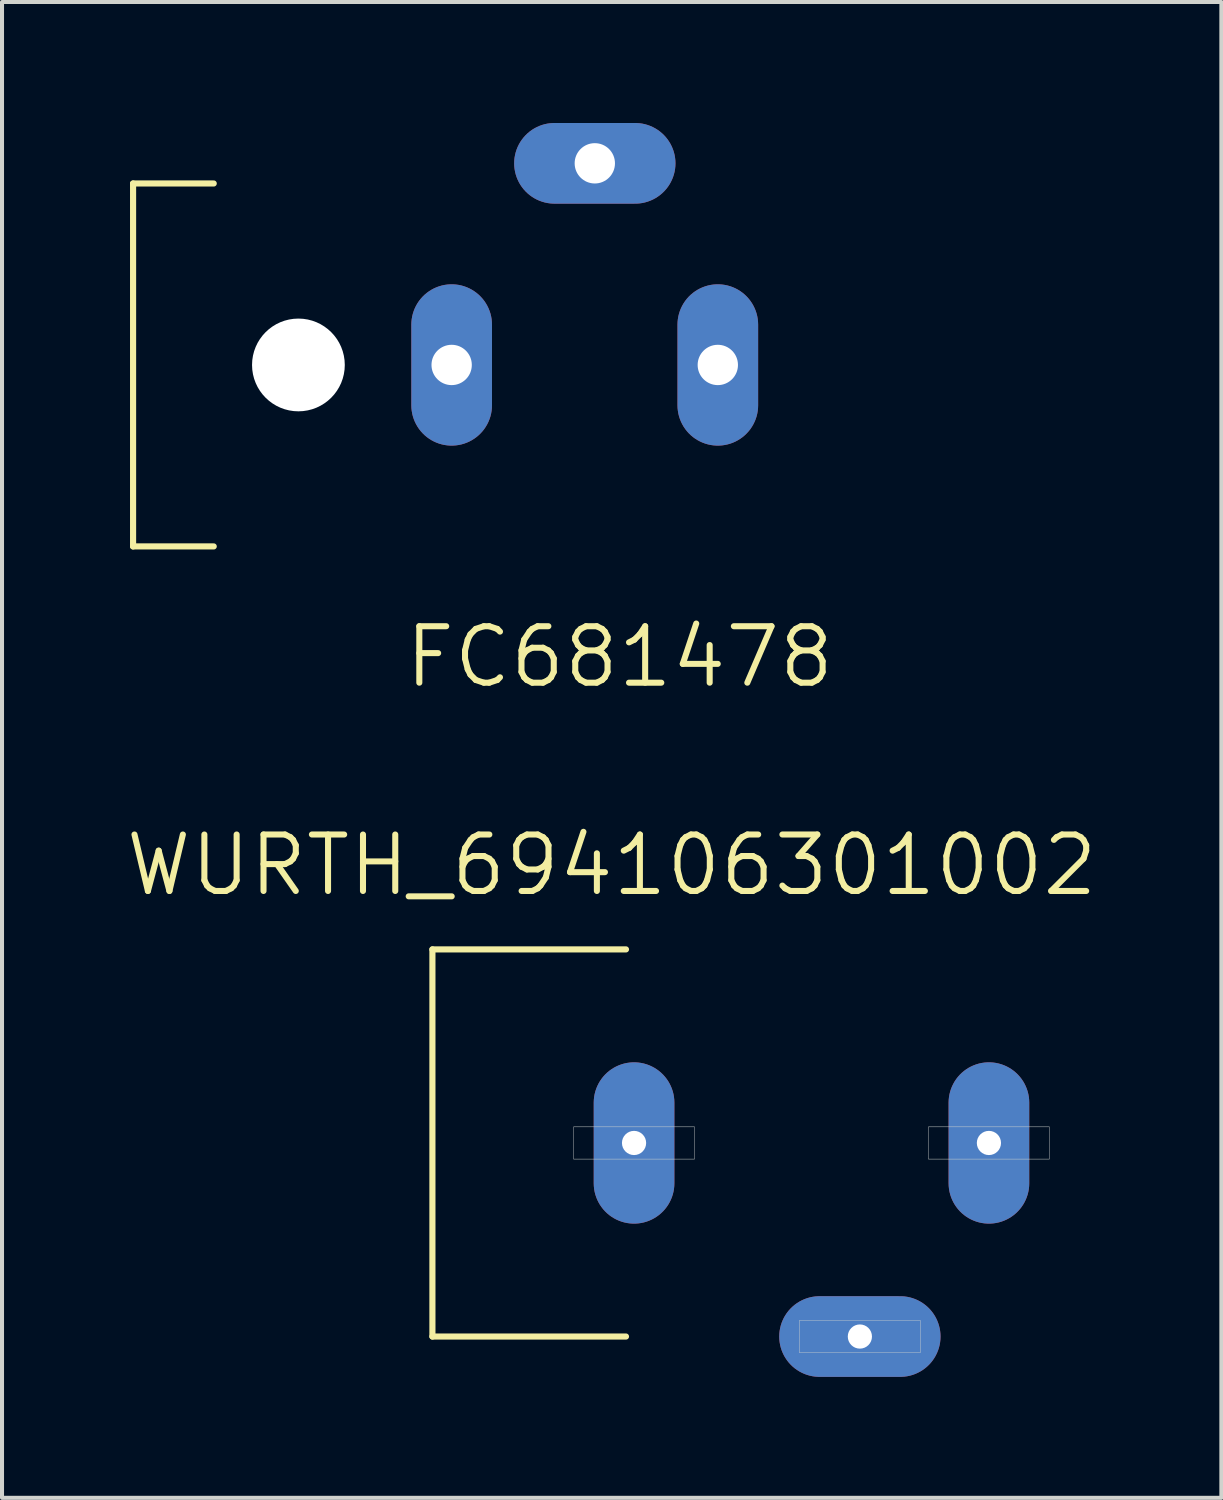
<source format=kicad_pcb>
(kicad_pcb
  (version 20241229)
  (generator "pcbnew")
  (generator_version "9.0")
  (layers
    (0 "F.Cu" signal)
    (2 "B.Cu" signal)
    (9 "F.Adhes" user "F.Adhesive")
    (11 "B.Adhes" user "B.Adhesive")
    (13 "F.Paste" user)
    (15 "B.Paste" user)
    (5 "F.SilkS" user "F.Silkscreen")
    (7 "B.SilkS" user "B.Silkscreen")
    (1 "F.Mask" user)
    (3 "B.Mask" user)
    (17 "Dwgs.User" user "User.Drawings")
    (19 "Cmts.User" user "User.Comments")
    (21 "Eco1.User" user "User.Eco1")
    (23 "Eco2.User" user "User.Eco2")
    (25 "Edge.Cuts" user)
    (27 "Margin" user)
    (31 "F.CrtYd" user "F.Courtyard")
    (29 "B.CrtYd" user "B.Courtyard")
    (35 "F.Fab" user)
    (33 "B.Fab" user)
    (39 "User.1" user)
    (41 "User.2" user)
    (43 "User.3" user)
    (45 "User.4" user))
  (footprint "WURTH_694106301002"
    (layer "F.Cu")
    (at 7.673 25.293)
    (property "Reference" "WURTH_694106301002" (at 4.445 -6.889 0) (layer "F.SilkS") (effects (font (size 1.4 1.4) (thickness 0.15))))
    (attr through_hole)
    (fp_line (start 0 -4.8) (end 0 4.8) (stroke (width 0.152) (type solid)) (layer "F.SilkS"))
    (fp_line (start 0 4.8) (end 4.8 4.8) (stroke (width 0.152) (type solid)) (layer "F.SilkS"))
    (fp_line (start 4.8 -4.8) (end 0 -4.8) (stroke (width 0.152) (type solid)) (layer "F.SilkS"))
    (fp_poly (pts (xy 3.5 -0.4) (xy 6.5 -0.4) (xy 6.5 0.4) (xy 3.5 0.4)) (stroke (width 0.01) (type solid)) (fill no) (layer "Edge.Cuts"))
    (fp_poly (pts (xy 9.1 4.4) (xy 12.1 4.4) (xy 12.1 5.2) (xy 9.1 5.2)) (stroke (width 0.01) (type solid)) (fill no) (layer "Edge.Cuts"))
    (fp_poly (pts (xy 12.3 -0.4) (xy 15.3 -0.4) (xy 15.3 0.4) (xy 12.3 0.4)) (stroke (width 0.01) (type solid)) (fill no) (layer "Edge.Cuts"))
    (pad "P$1" thru_hole oval (at 13.8 0) (size 2 4) (drill 0.6) (layers "*.Cu" "*.Mask"))
    (pad "P$2" thru_hole oval (at 5 0) (size 2 4) (drill 0.6) (layers "*.Cu" "*.Mask"))
    (pad "P$3" thru_hole oval (at 10.6 4.8) (size 4 2) (drill 0.6) (layers "*.Cu" "*.Mask")))
  (footprint "FC681478"
    (layer "F.Cu")
    (at 0.25 6)
    (property "Reference" "FC681478" (at 12.065 7.239 0) (layer "F.SilkS") (effects (font (size 1.4 1.4) (thickness 0.15))))
    (attr through_hole)
    (fp_line (start 0 -4.5) (end 2 -4.5) (stroke (width 0.152) (type solid)) (layer "F.SilkS"))
    (fp_line (start 0 4.5) (end 0 -4.5) (stroke (width 0.152) (type solid)) (layer "F.SilkS"))
    (fp_line (start 0 4.5) (end 2 4.5) (stroke (width 0.152) (type solid)) (layer "F.SilkS"))
    (pad "" np_thru_hole circle (at 4.1 0) (size 2.3 2.3) (drill 2.3) (layers "*.Cu" "*.Mask"))
    (pad "P$1" thru_hole oval (at 14.5 0) (size 2 4) (drill 1) (layers "*.Cu" "*.Mask"))
    (pad "P$2" thru_hole oval (at 7.9 0) (size 2 4) (drill 1) (layers "*.Cu" "*.Mask"))
    (pad "P$3" thru_hole oval (at 11.45 -5) (size 4 2) (drill 1) (layers "*.Cu" "*.Mask")))
  (gr_rect
    (start -3 -3)
    (end 27.237 34.093)
    (stroke (width 0.1) (type default))
    (fill no)
    (layer "Edge.Cuts")))
</source>
